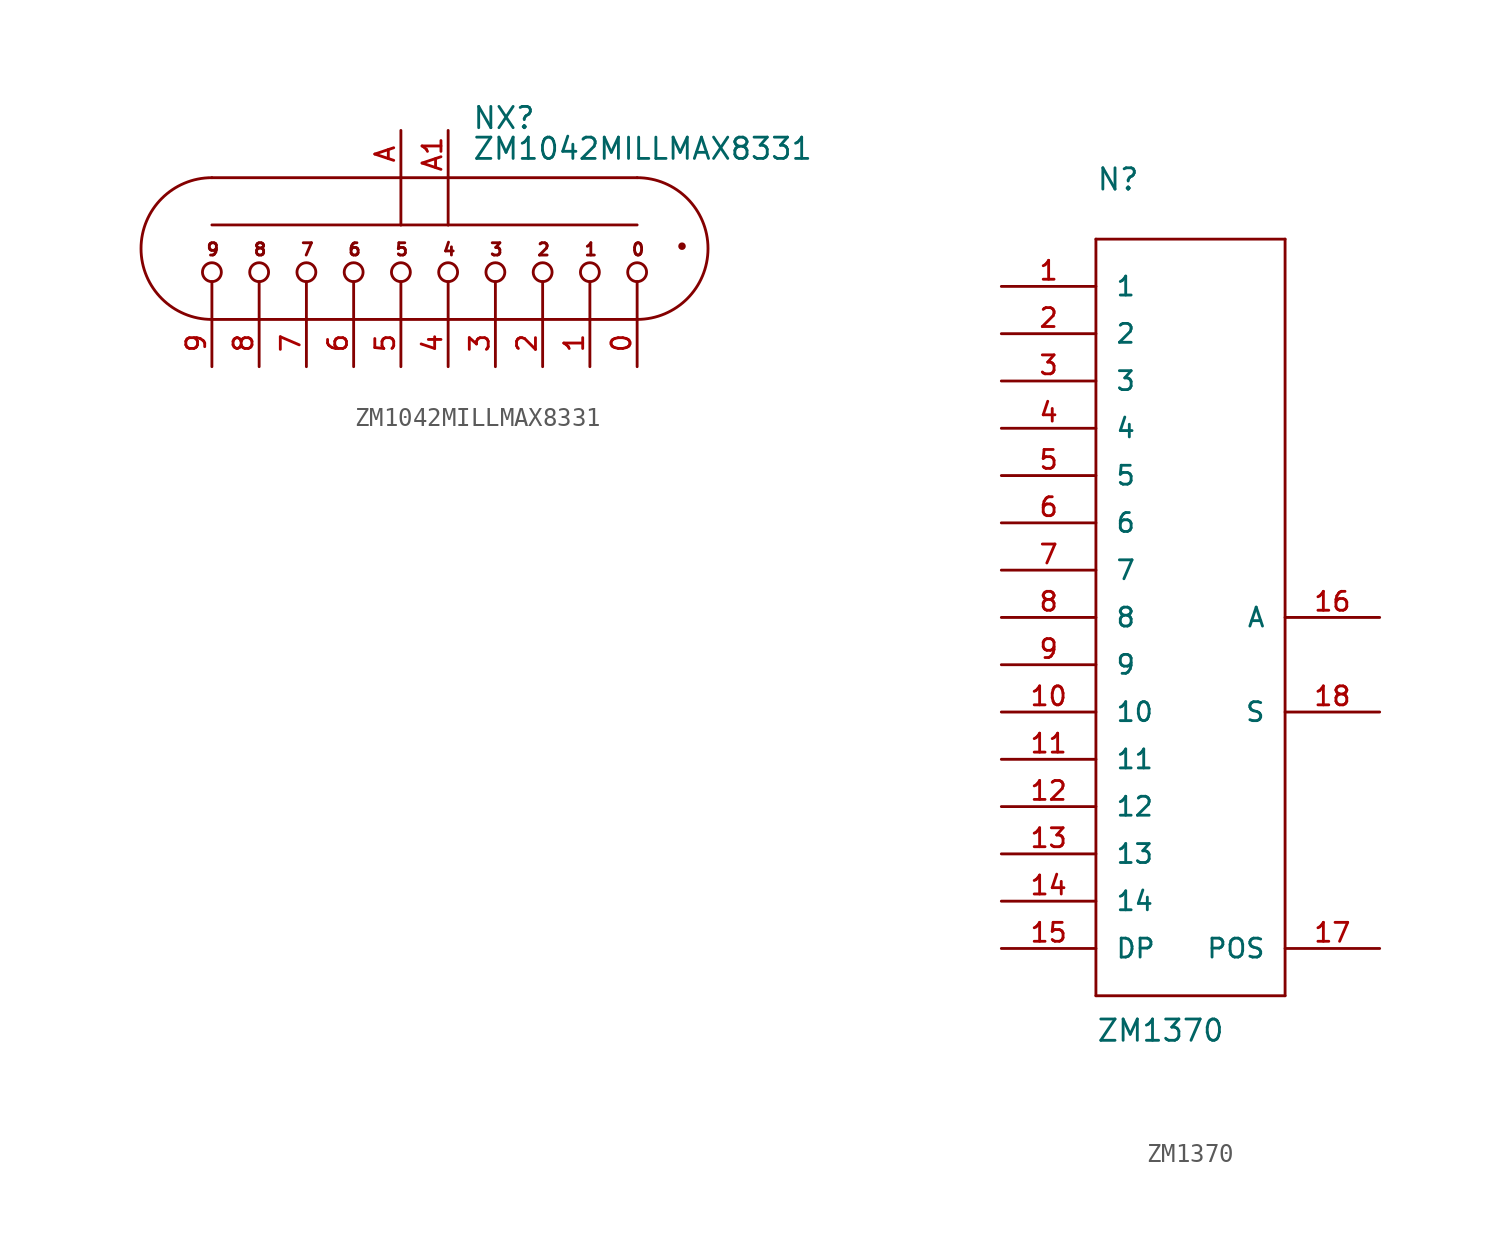
<source format=kicad_sym>
(kicad_symbol_lib
  (version 20211014)
  (generator kicad_symbol_editor)
  (symbol "ZM1042MILLMAX8331"
    (pin_names
      (offset 1.016) hide)
    (property "Reference" "NX"
      (at 3.81 5.08 0)
      (effects (font (size 1.143 1.143)) (justify left bottom)))
    (property "Value" "ZM1042MILLMAX8331"
      (at 3.81 3.429 0)
      (effects (font (size 1.143 1.143)) (justify left bottom)))
    (property "ki_locked" ""
      (at 0 0 0)
      (effects (font (size 1.27 1.27))))
    (symbol "ZM1042MILLMAX8331_1_0"
      (polyline (pts (xy -10.16 -5.08) (xy -10.16 -3.048)) (stroke (width 0) (type default) (color 0 0 0 0)) (fill (type none)))
      (polyline (pts (xy -10.16 -5.08) (xy -7.62 -5.08)) (stroke (width 0) (type default) (color 0 0 0 0)) (fill (type none)))
      (polyline (pts (xy -10.16 0) (xy 0 0)) (stroke (width 0) (type default) (color 0 0 0 0)) (fill (type none)))
      (polyline (pts (xy -10.16 2.54) (xy 0 2.54)) (stroke (width 0) (type default) (color 0 0 0 0)) (fill (type none)))
      (polyline (pts (xy -7.62 -5.08) (xy -7.62 -3.048)) (stroke (width 0) (type default) (color 0 0 0 0)) (fill (type none)))
      (polyline (pts (xy -7.62 -5.08) (xy -5.08 -5.08)) (stroke (width 0) (type default) (color 0 0 0 0)) (fill (type none)))
      (polyline (pts (xy -5.08 -5.08) (xy -5.08 -3.048)) (stroke (width 0) (type default) (color 0 0 0 0)) (fill (type none)))
      (polyline (pts (xy -5.08 -5.08) (xy -2.54 -5.08)) (stroke (width 0) (type default) (color 0 0 0 0)) (fill (type none)))
      (polyline (pts (xy -2.54 -5.08) (xy -2.54 -3.048)) (stroke (width 0) (type default) (color 0 0 0 0)) (fill (type none)))
      (polyline (pts (xy -2.54 -5.08) (xy 0 -5.08)) (stroke (width 0) (type default) (color 0 0 0 0)) (fill (type none)))
      (polyline (pts (xy 0 -5.08) (xy 0 -3.048)) (stroke (width 0) (type default) (color 0 0 0 0)) (fill (type none)))
      (polyline (pts (xy 0 -5.08) (xy 2.54 -5.08)) (stroke (width 0) (type default) (color 0 0 0 0)) (fill (type none)))
      (polyline (pts (xy 0 0) (xy 2.54 0)) (stroke (width 0) (type default) (color 0 0 0 0)) (fill (type none)))
      (polyline (pts (xy 0 2.54) (xy 0 0)) (stroke (width 0) (type default) (color 0 0 0 0)) (fill (type none)))
      (polyline (pts (xy 0 2.54) (xy 2.54 2.54)) (stroke (width 0) (type default) (color 0 0 0 0)) (fill (type none)))
      (polyline (pts (xy 2.54 -5.08) (xy 2.54 -3.048)) (stroke (width 0) (type default) (color 0 0 0 0)) (fill (type none)))
      (polyline (pts (xy 2.54 -5.08) (xy 5.08 -5.08)) (stroke (width 0) (type default) (color 0 0 0 0)) (fill (type none)))
      (polyline (pts (xy 2.54 0) (xy 12.7 0)) (stroke (width 0) (type default) (color 0 0 0 0)) (fill (type none)))
      (polyline (pts (xy 2.54 2.54) (xy 2.54 0)) (stroke (width 0) (type default) (color 0 0 0 0)) (fill (type none)))
      (polyline (pts (xy 2.54 2.54) (xy 12.7 2.54)) (stroke (width 0) (type default) (color 0 0 0 0)) (fill (type none)))
      (polyline (pts (xy 5.08 -5.08) (xy 5.08 -3.048)) (stroke (width 0) (type default) (color 0 0 0 0)) (fill (type none)))
      (polyline (pts (xy 5.08 -5.08) (xy 7.62 -5.08)) (stroke (width 0) (type default) (color 0 0 0 0)) (fill (type none)))
      (polyline (pts (xy 7.62 -5.08) (xy 7.62 -3.048)) (stroke (width 0) (type default) (color 0 0 0 0)) (fill (type none)))
      (polyline (pts (xy 7.62 -5.08) (xy 10.16 -5.08)) (stroke (width 0) (type default) (color 0 0 0 0)) (fill (type none)))
      (polyline (pts (xy 10.16 -5.08) (xy 10.16 -3.048)) (stroke (width 0) (type default) (color 0 0 0 0)) (fill (type none)))
      (polyline (pts (xy 10.16 -5.08) (xy 12.7 -5.08)) (stroke (width 0) (type default) (color 0 0 0 0)) (fill (type none)))
      (polyline (pts (xy 12.7 -5.08) (xy 12.7 -3.048)) (stroke (width 0) (type default) (color 0 0 0 0)) (fill (type none)))
      (text "0" (at 12.751 -1.321 0) (effects (font (size 0.66 0.66))))
      (text "1" (at 10.211 -1.321 0) (effects (font (size 0.66 0.66))))
      (text "2" (at 7.671 -1.321 0) (effects (font (size 0.66 0.66))))
      (text "3" (at 5.131 -1.321 0) (effects (font (size 0.66 0.66))))
      (text "4" (at 2.591 -1.321 0) (effects (font (size 0.66 0.66))))
      (text "5" (at 0.051 -1.321 0) (effects (font (size 0.66 0.66))))
      (text "6" (at -2.489 -1.321 0) (effects (font (size 0.66 0.66))))
      (text "7" (at -5.029 -1.321 0) (effects (font (size 0.66 0.66))))
      (text "8" (at -7.569 -1.321 0) (effects (font (size 0.66 0.66))))
      (text "9" (at -10.109 -1.321 0) (effects (font (size 0.66 0.66)))))
    (symbol "ZM1042MILLMAX8331_1_1"
      (circle (center -10.16 -2.54) (radius 0.508) (stroke (width 0) (type default) (color 0 0 0 0)) (fill (type none)))
      (arc (start -10.16 2.54) (mid -13.97 -1.27) (end -10.16 -5.08) (stroke (width 0) (type default) (color 0 0 0 0)) (fill (type none)))
      (circle (center -7.62 -2.54) (radius 0.508) (stroke (width 0) (type default) (color 0 0 0 0)) (fill (type none)))
      (circle (center -5.08 -2.54) (radius 0.508) (stroke (width 0) (type default) (color 0 0 0 0)) (fill (type none)))
      (circle (center -2.54 -2.54) (radius 0.508) (stroke (width 0) (type default) (color 0 0 0 0)) (fill (type none)))
      (circle (center 0 -2.54) (radius 0.508) (stroke (width 0) (type default) (color 0 0 0 0)) (fill (type none)))
      (circle (center 2.54 -2.54) (radius 0.508) (stroke (width 0) (type default) (color 0 0 0 0)) (fill (type none)))
      (circle (center 5.08 -2.54) (radius 0.508) (stroke (width 0) (type default) (color 0 0 0 0)) (fill (type none)))
      (circle (center 7.62 -2.54) (radius 0.508) (stroke (width 0) (type default) (color 0 0 0 0)) (fill (type none)))
      (circle (center 10.16 -2.54) (radius 0.508) (stroke (width 0) (type default) (color 0 0 0 0)) (fill (type none)))
      (arc (start 12.7 -5.08) (mid 16.51 -1.27) (end 12.7 2.54) (stroke (width 0) (type default) (color 0 0 0 0)) (fill (type none)))
      (circle (center 12.7 -2.54) (radius 0.508) (stroke (width 0) (type default) (color 0 0 0 0)) (fill (type none)))
      (circle (center 15.113 -1.143) (radius 0.127) (stroke (width 0) (type default) (color 0 0 0 0)) (fill (type outline)))
      (pin passive line (at 12.7 -7.62 90) (length 2.54) (name "0" (effects (font (size 1.016 1.016)))) (number "0" (effects (font (size 1.016 1.016)))))
      (pin passive line (at 10.16 -7.62 90) (length 2.54) (name "1" (effects (font (size 1.016 1.016)))) (number "1" (effects (font (size 1.016 1.016)))))
      (pin passive line (at 7.62 -7.62 90) (length 2.54) (name "2" (effects (font (size 1.016 1.016)))) (number "2" (effects (font (size 1.016 1.016)))))
      (pin passive line (at 5.08 -7.62 90) (length 2.54) (name "3" (effects (font (size 1.016 1.016)))) (number "3" (effects (font (size 1.016 1.016)))))
      (pin passive line (at 2.54 -7.62 90) (length 2.54) (name "4" (effects (font (size 1.016 1.016)))) (number "4" (effects (font (size 1.016 1.016)))))
      (pin passive line (at 0 -7.62 90) (length 2.54) (name "5" (effects (font (size 1.016 1.016)))) (number "5" (effects (font (size 1.016 1.016)))))
      (pin passive line (at -2.54 -7.62 90) (length 2.54) (name "6" (effects (font (size 1.016 1.016)))) (number "6" (effects (font (size 1.016 1.016)))))
      (pin passive line (at -5.08 -7.62 90) (length 2.54) (name "7" (effects (font (size 1.016 1.016)))) (number "7" (effects (font (size 1.016 1.016)))))
      (pin passive line (at -7.62 -7.62 90) (length 2.54) (name "8" (effects (font (size 1.016 1.016)))) (number "8" (effects (font (size 1.016 1.016)))))
      (pin passive line (at -10.16 -7.62 90) (length 2.54) (name "9" (effects (font (size 1.016 1.016)))) (number "9" (effects (font (size 1.016 1.016)))))
      (pin passive line (at 0 5.08 270) (length 2.54) (name "A1" (effects (font (size 1.016 1.016)))) (number "A" (effects (font (size 1.016 1.016)))))
      (pin passive line (at 2.54 5.08 270) (length 2.54) (name "A2" (effects (font (size 1.016 1.016)))) (number "A1" (effects (font (size 1.016 1.016)))))))
  (symbol "ZM1370"
    (pin_names
      (offset 1.016))
    (property "Reference" "N"
      (at -5.08 22.86 0)
      (effects (font (size 1.143 1.143)) (justify left bottom)))
    (property "Value" "ZM1370"
      (at -5.08 -22.86 0)
      (effects (font (size 1.143 1.143)) (justify left bottom)))
    (property "ki_locked" ""
      (at 0 0 0)
      (effects (font (size 1.27 1.27))))
    (symbol "ZM1370_1_0"
      (polyline (pts (xy -5.08 -20.32) (xy 5.08 -20.32)) (stroke (width 0) (type default) (color 0 0 0 0)) (fill (type none)))
      (polyline (pts (xy -5.08 20.32) (xy -5.08 -20.32)) (stroke (width 0) (type default) (color 0 0 0 0)) (fill (type none)))
      (polyline (pts (xy 5.08 -20.32) (xy 5.08 20.32)) (stroke (width 0) (type default) (color 0 0 0 0)) (fill (type none)))
      (polyline (pts (xy 5.08 20.32) (xy -5.08 20.32)) (stroke (width 0) (type default) (color 0 0 0 0)) (fill (type none))))
    (symbol "ZM1370_1_1"
      (pin passive line (at -10.16 17.78 0) (length 5.08) (name "1" (effects (font (size 1.016 1.016)))) (number "1" (effects (font (size 1.016 1.016)))))
      (pin passive line (at -10.16 -5.08 0) (length 5.08) (name "10" (effects (font (size 1.016 1.016)))) (number "10" (effects (font (size 1.016 1.016)))))
      (pin passive line (at -10.16 -7.62 0) (length 5.08) (name "11" (effects (font (size 1.016 1.016)))) (number "11" (effects (font (size 1.016 1.016)))))
      (pin passive line (at -10.16 -10.16 0) (length 5.08) (name "12" (effects (font (size 1.016 1.016)))) (number "12" (effects (font (size 1.016 1.016)))))
      (pin passive line (at -10.16 -12.7 0) (length 5.08) (name "13" (effects (font (size 1.016 1.016)))) (number "13" (effects (font (size 1.016 1.016)))))
      (pin passive line (at -10.16 -15.24 0) (length 5.08) (name "14" (effects (font (size 1.016 1.016)))) (number "14" (effects (font (size 1.016 1.016)))))
      (pin passive line (at -10.16 -17.78 0) (length 5.08) (name "DP" (effects (font (size 1.016 1.016)))) (number "15" (effects (font (size 1.016 1.016)))))
      (pin passive line (at 10.16 0 180) (length 5.08) (name "A" (effects (font (size 1.016 1.016)))) (number "16" (effects (font (size 1.016 1.016)))))
      (pin passive line (at 10.16 -17.78 180) (length 5.08) (name "POS" (effects (font (size 1.016 1.016)))) (number "17" (effects (font (size 1.016 1.016)))))
      (pin passive line (at 10.16 -5.08 180) (length 5.08) (name "S" (effects (font (size 1.016 1.016)))) (number "18" (effects (font (size 1.016 1.016)))))
      (pin passive line (at -10.16 15.24 0) (length 5.08) (name "2" (effects (font (size 1.016 1.016)))) (number "2" (effects (font (size 1.016 1.016)))))
      (pin passive line (at -10.16 12.7 0) (length 5.08) (name "3" (effects (font (size 1.016 1.016)))) (number "3" (effects (font (size 1.016 1.016)))))
      (pin passive line (at -10.16 10.16 0) (length 5.08) (name "4" (effects (font (size 1.016 1.016)))) (number "4" (effects (font (size 1.016 1.016)))))
      (pin passive line (at -10.16 7.62 0) (length 5.08) (name "5" (effects (font (size 1.016 1.016)))) (number "5" (effects (font (size 1.016 1.016)))))
      (pin passive line (at -10.16 5.08 0) (length 5.08) (name "6" (effects (font (size 1.016 1.016)))) (number "6" (effects (font (size 1.016 1.016)))))
      (pin passive line (at -10.16 2.54 0) (length 5.08) (name "7" (effects (font (size 1.016 1.016)))) (number "7" (effects (font (size 1.016 1.016)))))
      (pin passive line (at -10.16 0 0) (length 5.08) (name "8" (effects (font (size 1.016 1.016)))) (number "8" (effects (font (size 1.016 1.016)))))
      (pin passive line (at -10.16 -2.54 0) (length 5.08) (name "9" (effects (font (size 1.016 1.016)))) (number "9" (effects (font (size 1.016 1.016))))))))
</source>
